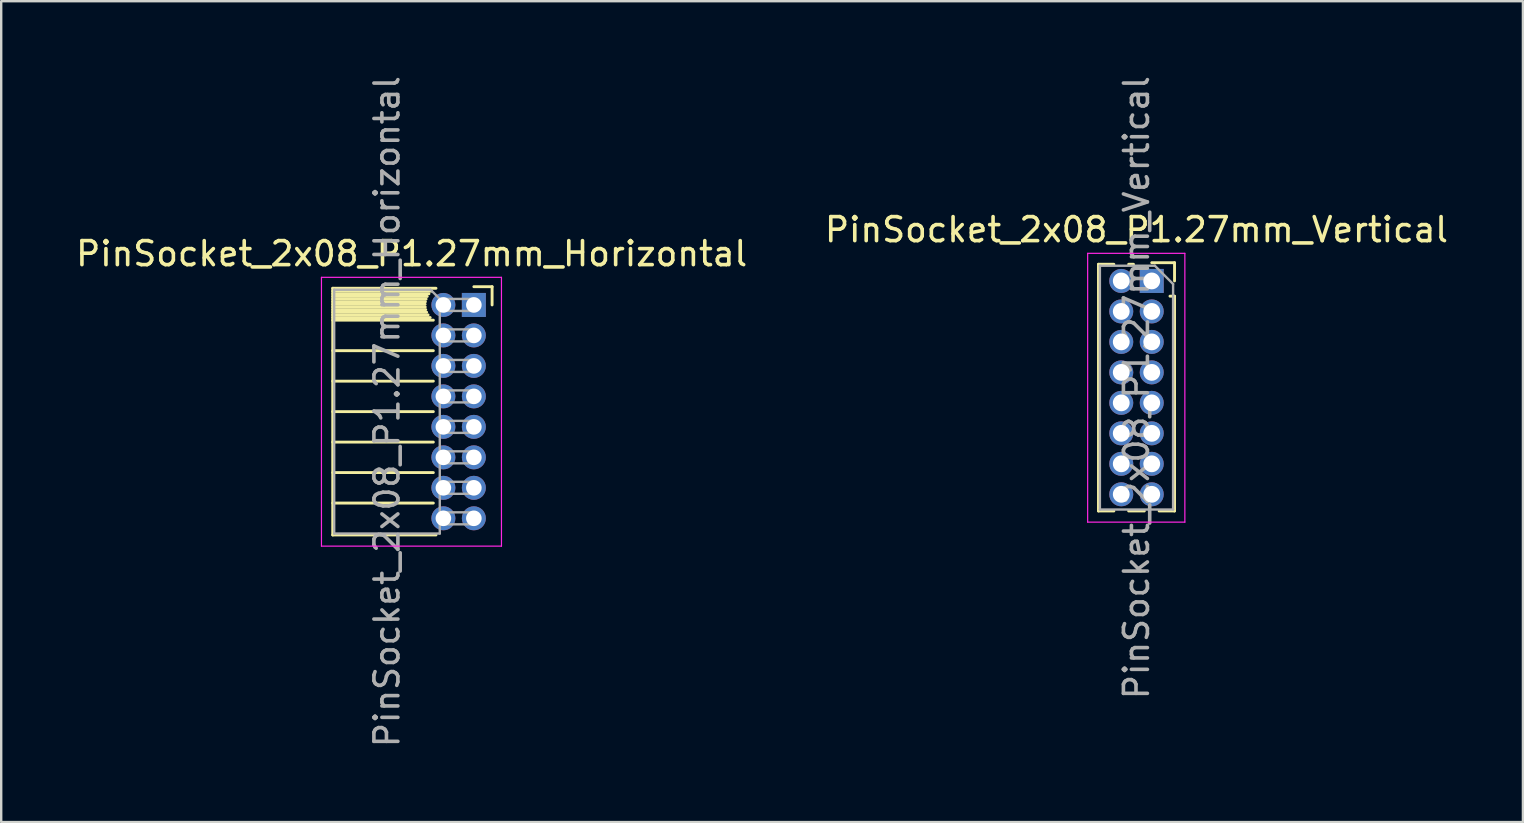
<source format=kicad_pcb>
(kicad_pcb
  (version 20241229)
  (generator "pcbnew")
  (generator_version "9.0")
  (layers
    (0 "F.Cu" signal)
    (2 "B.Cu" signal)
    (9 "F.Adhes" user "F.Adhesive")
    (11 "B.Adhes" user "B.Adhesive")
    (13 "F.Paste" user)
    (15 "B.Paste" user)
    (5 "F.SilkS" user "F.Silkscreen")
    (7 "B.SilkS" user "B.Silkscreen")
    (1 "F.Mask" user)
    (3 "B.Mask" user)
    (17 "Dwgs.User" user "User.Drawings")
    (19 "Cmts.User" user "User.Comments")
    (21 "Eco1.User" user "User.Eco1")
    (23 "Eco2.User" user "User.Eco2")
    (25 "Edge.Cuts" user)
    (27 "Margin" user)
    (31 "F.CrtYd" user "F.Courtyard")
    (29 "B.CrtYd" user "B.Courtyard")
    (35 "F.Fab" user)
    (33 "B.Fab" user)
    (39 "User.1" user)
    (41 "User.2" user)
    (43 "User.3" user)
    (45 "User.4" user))
  (footprint "PinSocket_2x08_P1.27mm_Vertical"
    (layer "F.Cu")
    (at 44.939 8.656)
    (property "Reference" "PinSocket_2x08_P1.27mm_Vertical" (at -0.635 -2.135 0) (layer "F.SilkS") (effects (font (size 1 1) (thickness 0.15))))
    (attr through_hole)
    (fp_line (start -2.22 -0.695) (end -2.22 9.585) (stroke (width 0.12) (type solid)) (layer "F.SilkS"))
    (fp_line (start -2.22 -0.695) (end -1.578 -0.695) (stroke (width 0.12) (type solid)) (layer "F.SilkS"))
    (fp_line (start -2.22 9.585) (end -1.578 9.585) (stroke (width 0.12) (type solid)) (layer "F.SilkS"))
    (fp_line (start -0.962 -0.695) (end -0.76 -0.695) (stroke (width 0.12) (type solid)) (layer "F.SilkS"))
    (fp_line (start -0.962 9.585) (end -0.308 9.585) (stroke (width 0.12) (type solid)) (layer "F.SilkS"))
    (fp_line (start 0 -0.76) (end 0.95 -0.76) (stroke (width 0.12) (type solid)) (layer "F.SilkS"))
    (fp_line (start 0.308 9.585) (end 0.95 9.585) (stroke (width 0.12) (type solid)) (layer "F.SilkS"))
    (fp_line (start 0.76 0.635) (end 0.95 0.635) (stroke (width 0.12) (type solid)) (layer "F.SilkS"))
    (fp_line (start 0.95 -0.76) (end 0.95 0) (stroke (width 0.12) (type solid)) (layer "F.SilkS"))
    (fp_line (start 0.95 0.635) (end 0.95 9.585) (stroke (width 0.12) (type solid)) (layer "F.SilkS"))
    (fp_line (start -2.67 -1.15) (end 1.38 -1.15) (stroke (width 0.05) (type solid)) (layer "F.CrtYd"))
    (fp_line (start -2.67 10.05) (end -2.67 -1.15) (stroke (width 0.05) (type solid)) (layer "F.CrtYd"))
    (fp_line (start 1.38 -1.15) (end 1.38 10.05) (stroke (width 0.05) (type solid)) (layer "F.CrtYd"))
    (fp_line (start 1.38 10.05) (end -2.67 10.05) (stroke (width 0.05) (type solid)) (layer "F.CrtYd"))
    (fp_line (start -2.16 -0.635) (end 0.128 -0.635) (stroke (width 0.1) (type solid)) (layer "F.Fab"))
    (fp_line (start -2.16 9.525) (end -2.16 -0.635) (stroke (width 0.1) (type solid)) (layer "F.Fab"))
    (fp_line (start 0.128 -0.635) (end 0.89 0.128) (stroke (width 0.1) (type solid)) (layer "F.Fab"))
    (fp_line (start 0.89 0.128) (end 0.89 9.525) (stroke (width 0.1) (type solid)) (layer "F.Fab"))
    (fp_line (start 0.89 9.525) (end -2.16 9.525) (stroke (width 0.1) (type solid)) (layer "F.Fab"))
    (fp_text user "${REFERENCE}" (at -0.635 4.445 90) (layer "F.Fab") (effects (font (size 1 1) (thickness 0.15))))
    (pad "1" thru_hole rect (at 0 0) (size 1 1) (drill 0.7) (layers "*.Cu" "*.Mask"))
    (pad "2" thru_hole oval (at -1.27 0) (size 1 1) (drill 0.7) (layers "*.Cu" "*.Mask"))
    (pad "3" thru_hole oval (at 0 1.27) (size 1 1) (drill 0.7) (layers "*.Cu" "*.Mask"))
    (pad "4" thru_hole oval (at -1.27 1.27) (size 1 1) (drill 0.7) (layers "*.Cu" "*.Mask"))
    (pad "5" thru_hole oval (at 0 2.54) (size 1 1) (drill 0.7) (layers "*.Cu" "*.Mask"))
    (pad "6" thru_hole oval (at -1.27 2.54) (size 1 1) (drill 0.7) (layers "*.Cu" "*.Mask"))
    (pad "7" thru_hole oval (at 0 3.81) (size 1 1) (drill 0.7) (layers "*.Cu" "*.Mask"))
    (pad "8" thru_hole oval (at -1.27 3.81) (size 1 1) (drill 0.7) (layers "*.Cu" "*.Mask"))
    (pad "9" thru_hole oval (at 0 5.08) (size 1 1) (drill 0.7) (layers "*.Cu" "*.Mask"))
    (pad "10" thru_hole oval (at -1.27 5.08) (size 1 1) (drill 0.7) (layers "*.Cu" "*.Mask"))
    (pad "11" thru_hole oval (at 0 6.35) (size 1 1) (drill 0.7) (layers "*.Cu" "*.Mask"))
    (pad "12" thru_hole oval (at -1.27 6.35) (size 1 1) (drill 0.7) (layers "*.Cu" "*.Mask"))
    (pad "13" thru_hole oval (at 0 7.62) (size 1 1) (drill 0.7) (layers "*.Cu" "*.Mask"))
    (pad "14" thru_hole oval (at -1.27 7.62) (size 1 1) (drill 0.7) (layers "*.Cu" "*.Mask"))
    (pad "15" thru_hole oval (at 0 8.89) (size 1 1) (drill 0.7) (layers "*.Cu" "*.Mask"))
    (pad "16" thru_hole oval (at -1.27 8.89) (size 1 1) (drill 0.7) (layers "*.Cu" "*.Mask")))
  (footprint "PinSocket_2x08_P1.27mm_Horizontal"
    (layer "F.Cu")
    (at 16.694 9.656)
    (property "Reference" "PinSocket_2x08_P1.27mm_Horizontal" (at -2.592 -2.135 0) (layer "F.SilkS") (effects (font (size 1 1) (thickness 0.15))))
    (attr through_hole)
    (fp_line (start -5.88 -0.695) (end -5.88 9.585) (stroke (width 0.12) (type solid)) (layer "F.SilkS"))
    (fp_line (start -5.88 -0.695) (end -1.578 -0.695) (stroke (width 0.12) (type solid)) (layer "F.SilkS"))
    (fp_line (start -5.88 -0.575) (end -1.767 -0.575) (stroke (width 0.12) (type solid)) (layer "F.SilkS"))
    (fp_line (start -5.88 -0.465) (end -1.871 -0.465) (stroke (width 0.12) (type solid)) (layer "F.SilkS"))
    (fp_line (start -5.88 -0.355) (end -1.942 -0.355) (stroke (width 0.12) (type solid)) (layer "F.SilkS"))
    (fp_line (start -5.88 -0.245) (end -1.989 -0.245) (stroke (width 0.12) (type solid)) (layer "F.SilkS"))
    (fp_line (start -5.88 -0.135) (end -2.018 -0.135) (stroke (width 0.12) (type solid)) (layer "F.SilkS"))
    (fp_line (start -5.88 -0.025) (end -2.03 -0.025) (stroke (width 0.12) (type solid)) (layer "F.SilkS"))
    (fp_line (start -5.88 0.085) (end -2.025 0.085) (stroke (width 0.12) (type solid)) (layer "F.SilkS"))
    (fp_line (start -5.88 0.195) (end -2.005 0.195) (stroke (width 0.12) (type solid)) (layer "F.SilkS"))
    (fp_line (start -5.88 0.305) (end -1.966 0.305) (stroke (width 0.12) (type solid)) (layer "F.SilkS"))
    (fp_line (start -5.88 0.415) (end -1.907 0.415) (stroke (width 0.12) (type solid)) (layer "F.SilkS"))
    (fp_line (start -5.88 0.525) (end -1.82 0.525) (stroke (width 0.12) (type solid)) (layer "F.SilkS"))
    (fp_line (start -5.88 0.635) (end -1.688 0.635) (stroke (width 0.12) (type solid)) (layer "F.SilkS"))
    (fp_line (start -5.88 1.905) (end -1.688 1.905) (stroke (width 0.12) (type solid)) (layer "F.SilkS"))
    (fp_line (start -5.88 3.175) (end -1.688 3.175) (stroke (width 0.12) (type solid)) (layer "F.SilkS"))
    (fp_line (start -5.88 4.445) (end -1.688 4.445) (stroke (width 0.12) (type solid)) (layer "F.SilkS"))
    (fp_line (start -5.88 5.715) (end -1.688 5.715) (stroke (width 0.12) (type solid)) (layer "F.SilkS"))
    (fp_line (start -5.88 6.985) (end -1.688 6.985) (stroke (width 0.12) (type solid)) (layer "F.SilkS"))
    (fp_line (start -5.88 8.255) (end -1.688 8.255) (stroke (width 0.12) (type solid)) (layer "F.SilkS"))
    (fp_line (start -5.88 9.585) (end -1.578 9.585) (stroke (width 0.12) (type solid)) (layer "F.SilkS"))
    (fp_line (start 0 -0.76) (end 0.76 -0.76) (stroke (width 0.12) (type solid)) (layer "F.SilkS"))
    (fp_line (start 0.76 -0.76) (end 0.76 0) (stroke (width 0.12) (type solid)) (layer "F.SilkS"))
    (fp_line (start -6.35 -1.15) (end -6.35 10.05) (stroke (width 0.05) (type solid)) (layer "F.CrtYd"))
    (fp_line (start -6.35 10.05) (end 1.15 10.05) (stroke (width 0.05) (type solid)) (layer "F.CrtYd"))
    (fp_line (start 1.15 -1.15) (end -6.35 -1.15) (stroke (width 0.05) (type solid)) (layer "F.CrtYd"))
    (fp_line (start 1.15 10.05) (end 1.15 -1.15) (stroke (width 0.05) (type solid)) (layer "F.CrtYd"))
    (fp_line (start -5.82 -0.635) (end -1.805 -0.635) (stroke (width 0.1) (type solid)) (layer "F.Fab"))
    (fp_line (start -5.82 9.525) (end -5.82 -0.635) (stroke (width 0.1) (type solid)) (layer "F.Fab"))
    (fp_line (start -1.805 -0.635) (end -1.42 -0.25) (stroke (width 0.1) (type solid)) (layer "F.Fab"))
    (fp_line (start -1.42 -0.25) (end -1.42 9.525) (stroke (width 0.1) (type solid)) (layer "F.Fab"))
    (fp_line (start -1.42 0.25) (end 0 0.25) (stroke (width 0.1) (type solid)) (layer "F.Fab"))
    (fp_line (start -1.42 1.52) (end 0 1.52) (stroke (width 0.1) (type solid)) (layer "F.Fab"))
    (fp_line (start -1.42 2.79) (end 0 2.79) (stroke (width 0.1) (type solid)) (layer "F.Fab"))
    (fp_line (start -1.42 4.06) (end 0 4.06) (stroke (width 0.1) (type solid)) (layer "F.Fab"))
    (fp_line (start -1.42 5.33) (end 0 5.33) (stroke (width 0.1) (type solid)) (layer "F.Fab"))
    (fp_line (start -1.42 6.6) (end 0 6.6) (stroke (width 0.1) (type solid)) (layer "F.Fab"))
    (fp_line (start -1.42 7.87) (end 0 7.87) (stroke (width 0.1) (type solid)) (layer "F.Fab"))
    (fp_line (start -1.42 9.14) (end 0 9.14) (stroke (width 0.1) (type solid)) (layer "F.Fab"))
    (fp_line (start -1.42 9.525) (end -5.82 9.525) (stroke (width 0.1) (type solid)) (layer "F.Fab"))
    (fp_line (start 0 -0.25) (end -1.42 -0.25) (stroke (width 0.1) (type solid)) (layer "F.Fab"))
    (fp_line (start 0 0.25) (end 0 -0.25) (stroke (width 0.1) (type solid)) (layer "F.Fab"))
    (fp_line (start 0 1.02) (end -1.42 1.02) (stroke (width 0.1) (type solid)) (layer "F.Fab"))
    (fp_line (start 0 1.52) (end 0 1.02) (stroke (width 0.1) (type solid)) (layer "F.Fab"))
    (fp_line (start 0 2.29) (end -1.42 2.29) (stroke (width 0.1) (type solid)) (layer "F.Fab"))
    (fp_line (start 0 2.79) (end 0 2.29) (stroke (width 0.1) (type solid)) (layer "F.Fab"))
    (fp_line (start 0 3.56) (end -1.42 3.56) (stroke (width 0.1) (type solid)) (layer "F.Fab"))
    (fp_line (start 0 4.06) (end 0 3.56) (stroke (width 0.1) (type solid)) (layer "F.Fab"))
    (fp_line (start 0 4.83) (end -1.42 4.83) (stroke (width 0.1) (type solid)) (layer "F.Fab"))
    (fp_line (start 0 5.33) (end 0 4.83) (stroke (width 0.1) (type solid)) (layer "F.Fab"))
    (fp_line (start 0 6.1) (end -1.42 6.1) (stroke (width 0.1) (type solid)) (layer "F.Fab"))
    (fp_line (start 0 6.6) (end 0 6.1) (stroke (width 0.1) (type solid)) (layer "F.Fab"))
    (fp_line (start 0 7.37) (end -1.42 7.37) (stroke (width 0.1) (type solid)) (layer "F.Fab"))
    (fp_line (start 0 7.87) (end 0 7.37) (stroke (width 0.1) (type solid)) (layer "F.Fab"))
    (fp_line (start 0 8.64) (end -1.42 8.64) (stroke (width 0.1) (type solid)) (layer "F.Fab"))
    (fp_line (start 0 9.14) (end 0 8.64) (stroke (width 0.1) (type solid)) (layer "F.Fab"))
    (fp_text user "${REFERENCE}" (at -3.62 4.445 90) (layer "F.Fab") (effects (font (size 1 1) (thickness 0.15))))
    (pad "1" thru_hole rect (at 0 0) (size 1 1) (drill 0.65) (layers "*.Cu" "*.Mask"))
    (pad "2" thru_hole oval (at -1.27 0) (size 1 1) (drill 0.65) (layers "*.Cu" "*.Mask"))
    (pad "3" thru_hole oval (at 0 1.27) (size 1 1) (drill 0.65) (layers "*.Cu" "*.Mask"))
    (pad "4" thru_hole oval (at -1.27 1.27) (size 1 1) (drill 0.65) (layers "*.Cu" "*.Mask"))
    (pad "5" thru_hole oval (at 0 2.54) (size 1 1) (drill 0.65) (layers "*.Cu" "*.Mask"))
    (pad "6" thru_hole oval (at -1.27 2.54) (size 1 1) (drill 0.65) (layers "*.Cu" "*.Mask"))
    (pad "7" thru_hole oval (at 0 3.81) (size 1 1) (drill 0.65) (layers "*.Cu" "*.Mask"))
    (pad "8" thru_hole oval (at -1.27 3.81) (size 1 1) (drill 0.65) (layers "*.Cu" "*.Mask"))
    (pad "9" thru_hole oval (at 0 5.08) (size 1 1) (drill 0.65) (layers "*.Cu" "*.Mask"))
    (pad "10" thru_hole oval (at -1.27 5.08) (size 1 1) (drill 0.65) (layers "*.Cu" "*.Mask"))
    (pad "11" thru_hole oval (at 0 6.35) (size 1 1) (drill 0.65) (layers "*.Cu" "*.Mask"))
    (pad "12" thru_hole oval (at -1.27 6.35) (size 1 1) (drill 0.65) (layers "*.Cu" "*.Mask"))
    (pad "13" thru_hole oval (at 0 7.62) (size 1 1) (drill 0.65) (layers "*.Cu" "*.Mask"))
    (pad "14" thru_hole oval (at -1.27 7.62) (size 1 1) (drill 0.65) (layers "*.Cu" "*.Mask"))
    (pad "15" thru_hole oval (at 0 8.89) (size 1 1) (drill 0.65) (layers "*.Cu" "*.Mask"))
    (pad "16" thru_hole oval (at -1.27 8.89) (size 1 1) (drill 0.65) (layers "*.Cu" "*.Mask")))
  (gr_rect
    (start -3 -3)
    (end 60.405 31.202)
    (stroke (width 0.1) (type default))
    (fill no)
    (layer "Edge.Cuts")))
</source>
